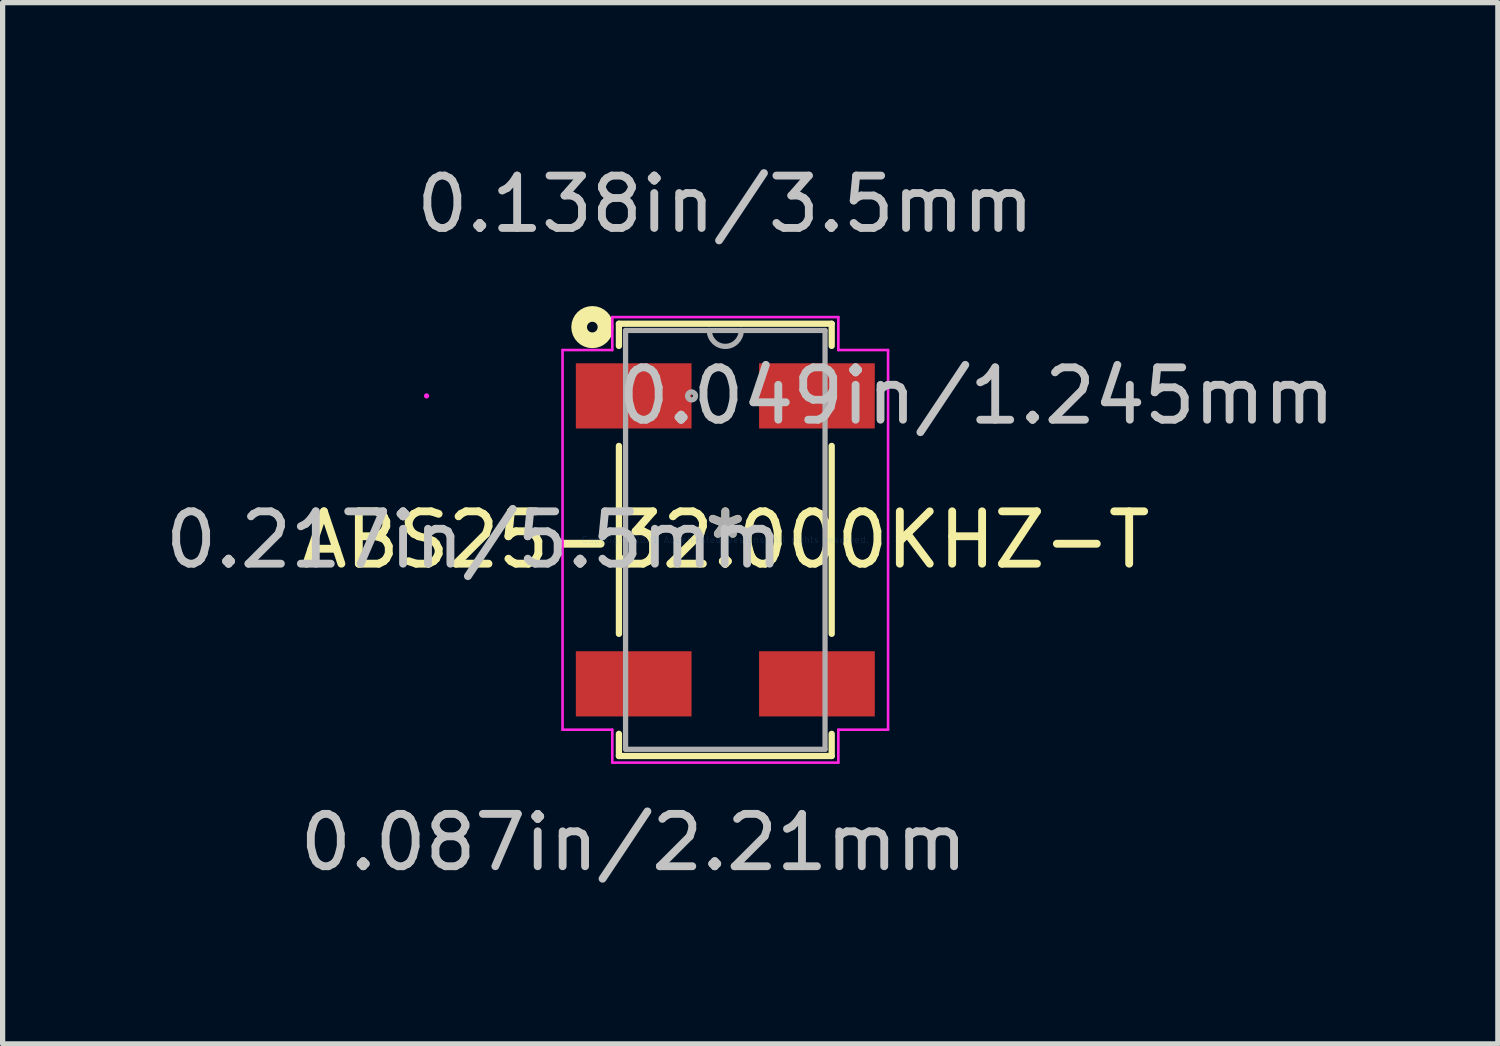
<source format=kicad_pcb>
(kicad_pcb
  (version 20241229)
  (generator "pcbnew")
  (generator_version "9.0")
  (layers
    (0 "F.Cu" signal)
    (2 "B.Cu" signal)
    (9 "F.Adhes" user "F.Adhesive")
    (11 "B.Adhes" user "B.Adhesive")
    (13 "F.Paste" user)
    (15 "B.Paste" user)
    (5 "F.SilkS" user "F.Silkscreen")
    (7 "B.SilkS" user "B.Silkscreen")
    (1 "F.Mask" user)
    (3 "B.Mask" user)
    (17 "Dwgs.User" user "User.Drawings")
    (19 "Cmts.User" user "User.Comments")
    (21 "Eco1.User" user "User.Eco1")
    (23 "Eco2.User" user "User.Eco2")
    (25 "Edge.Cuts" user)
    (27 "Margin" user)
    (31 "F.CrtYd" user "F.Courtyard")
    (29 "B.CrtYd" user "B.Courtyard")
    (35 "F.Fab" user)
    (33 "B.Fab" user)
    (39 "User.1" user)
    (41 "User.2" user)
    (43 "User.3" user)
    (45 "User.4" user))
  (footprint "ABS25-32.000KHZ-T"
    (layer "F.Cu")
    (at 10.804 7.262)
    (property "Reference" "ABS25-32.000KHZ-T" (at 0 0 0) (layer "F.SilkS") (effects (font (size 1 1) (thickness 0.15))))
    (attr through_hole)
    (fp_line (start -2.032 -4.128) (end -2.032 -3.705) (stroke (width 0.12) (type solid)) (layer "F.SilkS"))
    (fp_line (start -2.032 -1.795) (end -2.032 1.795) (stroke (width 0.12) (type solid)) (layer "F.SilkS"))
    (fp_line (start -2.032 3.705) (end -2.032 4.128) (stroke (width 0.12) (type solid)) (layer "F.SilkS"))
    (fp_line (start -2.032 4.128) (end 2.032 4.128) (stroke (width 0.12) (type solid)) (layer "F.SilkS"))
    (fp_line (start 2.032 -4.128) (end -2.032 -4.128) (stroke (width 0.12) (type solid)) (layer "F.SilkS"))
    (fp_line (start 2.032 -3.705) (end 2.032 -4.128) (stroke (width 0.12) (type solid)) (layer "F.SilkS"))
    (fp_line (start 2.032 1.795) (end 2.032 -1.795) (stroke (width 0.12) (type solid)) (layer "F.SilkS"))
    (fp_line (start 2.032 4.128) (end 2.032 3.705) (stroke (width 0.12) (type solid)) (layer "F.SilkS"))
    (fp_circle (center -2.54 -4.064) (end -2.438 -4.064) (stroke (width 0.3) (type solid)) (fill no) (layer "F.SilkS"))
    (fp_line (start -3.109 -3.626) (end -2.159 -3.626) (stroke (width 0.05) (type solid)) (layer "F.CrtYd"))
    (fp_line (start -3.109 3.626) (end -3.109 -3.626) (stroke (width 0.05) (type solid)) (layer "F.CrtYd"))
    (fp_line (start -2.159 -4.255) (end 2.159 -4.255) (stroke (width 0.05) (type solid)) (layer "F.CrtYd"))
    (fp_line (start -2.159 -3.626) (end -2.159 -4.255) (stroke (width 0.05) (type solid)) (layer "F.CrtYd"))
    (fp_line (start -2.159 3.626) (end -3.109 3.626) (stroke (width 0.05) (type solid)) (layer "F.CrtYd"))
    (fp_line (start -2.159 4.255) (end -2.159 3.626) (stroke (width 0.05) (type solid)) (layer "F.CrtYd"))
    (fp_line (start 2.159 -4.255) (end 2.159 -3.626) (stroke (width 0.05) (type solid)) (layer "F.CrtYd"))
    (fp_line (start 2.159 -3.626) (end 3.109 -3.626) (stroke (width 0.05) (type solid)) (layer "F.CrtYd"))
    (fp_line (start 2.159 3.626) (end 2.159 4.255) (stroke (width 0.05) (type solid)) (layer "F.CrtYd"))
    (fp_line (start 2.159 4.255) (end -2.159 4.255) (stroke (width 0.05) (type solid)) (layer "F.CrtYd"))
    (fp_line (start 3.109 -3.626) (end 3.109 3.626) (stroke (width 0.05) (type solid)) (layer "F.CrtYd"))
    (fp_line (start 3.109 3.626) (end 2.159 3.626) (stroke (width 0.05) (type solid)) (layer "F.CrtYd"))
    (fp_circle (center -5.706 -2.75) (end -5.706 -2.75) (stroke (width 0.05) (type solid)) (fill no) (layer "F.CrtYd"))
    (fp_line (start -1.905 -4) (end -1.905 4) (stroke (width 0.1) (type solid)) (layer "F.Fab"))
    (fp_line (start -1.905 4) (end 1.905 4) (stroke (width 0.1) (type solid)) (layer "F.Fab"))
    (fp_line (start 1.905 -4) (end -1.905 -4) (stroke (width 0.1) (type solid)) (layer "F.Fab"))
    (fp_line (start 1.905 4) (end 1.905 -4) (stroke (width 0.1) (type solid)) (layer "F.Fab"))
    (fp_arc (start 0.3048 -4.0005) (mid 0 -3.6957) (end -0.3048 -4.0005) (stroke (width 0.1) (type solid)) (layer "F.Fab"))
    (fp_circle (center -0.645 -2.75) (end -0.569 -2.75) (stroke (width 0.1) (type solid)) (fill no) (layer "F.Fab"))
    (fp_text user "*" (at 0 0 0) (layer "F.SilkS") (effects (font (size 1 1) (thickness 0.15))))
    (fp_text user "0.087in/2.21mm" (at -1.75 5.779 0) (layer "Dwgs.User") (effects (font (size 1 1) (thickness 0.15))))
    (fp_text user "0.138in/3.5mm" (at 0 -6.413 0) (layer "Dwgs.User") (effects (font (size 1 1) (thickness 0.15))))
    (fp_text user "0.217in/5.5mm" (at -4.798 0 0) (layer "Dwgs.User") (effects (font (size 1 1) (thickness 0.15))))
    (fp_text user "0.049in/1.245mm" (at 4.798 -2.75 0) (layer "Dwgs.User") (effects (font (size 1 1) (thickness 0.15))))
    (fp_text user "Copyright 2021 Accelerated Designs. All rights reserved." (at 0 0 0) (layer "Cmts.User") (effects (font (size 0.127 0.127) (thickness 0.002))))
    (fp_text user "*" (at 0 0 0) (layer "F.Fab") (effects (font (size 1 1) (thickness 0.15))))
    (pad "1" smd rect (at -1.75 -2.75) (size 2.21 1.245) (layers "F.Cu" "F.Mask" "F.Paste"))
    (pad "2" smd rect (at -1.75 2.75) (size 2.21 1.245) (layers "F.Cu" "F.Mask" "F.Paste"))
    (pad "3" smd rect (at 1.75 2.75) (size 2.21 1.245) (layers "F.Cu" "F.Mask" "F.Paste"))
    (pad "4" smd rect (at 1.75 -2.75) (size 2.21 1.245) (layers "F.Cu" "F.Mask" "F.Paste")))
  (gr_rect
    (start -3 -3)
    (end 25.56 16.889)
    (stroke (width 0.1) (type default))
    (fill no)
    (layer "Edge.Cuts")))
</source>
